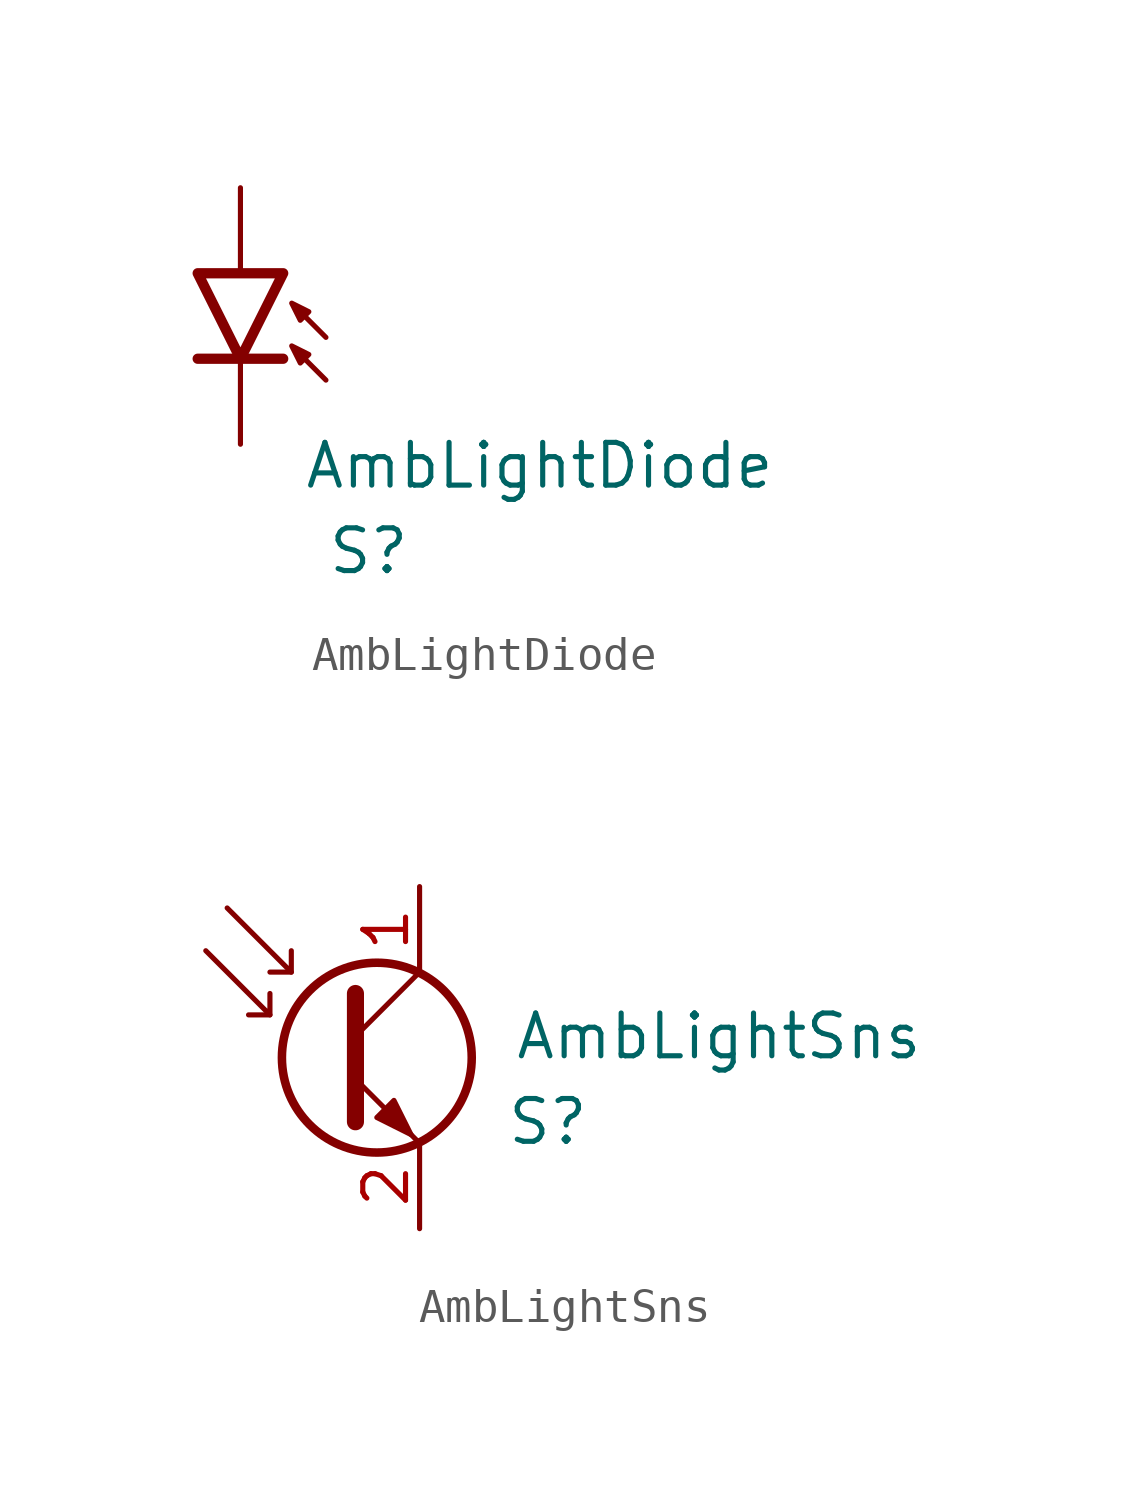
<source format=kicad_sym>
(kicad_symbol_lib
  (version 20220914)
  (generator kicad_symbol_editor)
  (symbol "AmbLightDiode"
    (pin_numbers hide)
    (pin_names hide)
    (property "Reference" "S"
      (at 3.81 -6.985 0)
      (effects (font (size 1.27 1.27))))
    (property "Value" "AmbLightDiode"
      (at 8.89 -4.445 0)
      (effects (font (size 1.27 1.27))))
    (symbol "AmbLightDiode_1_1"
      (polyline (pts (xy 1.27 -1.27) (xy -1.27 -1.27)) (stroke (width 0.305) (type default)) (fill (type none)))
      (polyline (pts (xy 1.27 1.27) (xy -1.27 1.27) (xy 0 -1.27) (xy 1.27 1.27)) (stroke (width 0.305) (type default)) (fill (type none)))
      (polyline (pts (xy 2.54 -1.905) (xy 1.524 -0.889) (xy 1.778 -1.397) (xy 2.032 -1.143) (xy 1.524 -0.889)) (stroke (width 0) (type default)) (fill (type none)))
      (polyline (pts (xy 2.54 -0.635) (xy 1.524 0.381) (xy 1.778 -0.127) (xy 2.032 0.127) (xy 1.524 0.381)) (stroke (width 0) (type default)) (fill (type none)))
      (pin passive line (at 0 3.81 270) (length 2.54) (name "A" (effects (font (size 1.27 1.27)))) (number "1" (effects (font (size 1.27 1.27)))))
      (pin passive line (at 0 -3.81 90) (length 2.54) (name "K" (effects (font (size 1.27 1.27)))) (number "2" (effects (font (size 1.27 1.27)))))))
  (symbol "AmbLightSns"
    (property "Reference" "S"
      (at 3.81 -6.985 0)
      (effects (font (size 1.27 1.27))))
    (property "Value" "AmbLightSns"
      (at 8.89 -4.445 0)
      (effects (font (size 1.27 1.27))))
    (symbol "AmbLightSns_0_1"
      (circle (center -1.27 -5.08) (radius 2.819) (stroke (width 0.254) (type default)) (fill (type none)))
      (polyline (pts (xy -4.445 -3.81) (xy -5.08 -3.81)) (stroke (width 0) (type default)) (fill (type none)))
      (polyline (pts (xy -3.81 -2.54) (xy -4.445 -2.54)) (stroke (width 0) (type default)) (fill (type none)))
      (polyline (pts (xy -1.905 -4.445) (xy 0 -2.54)) (stroke (width 0) (type default)) (fill (type none)))
      (polyline (pts (xy -6.35 -1.905) (xy -4.445 -3.81) (xy -4.445 -3.175)) (stroke (width 0) (type default)) (fill (type none)))
      (polyline (pts (xy -5.715 -0.635) (xy -3.81 -2.54) (xy -3.81 -1.905)) (stroke (width 0) (type default)) (fill (type none)))
      (polyline (pts (xy -1.905 -5.715) (xy 0 -7.62) (xy 0 -7.62)) (stroke (width 0) (type default)) (fill (type none)))
      (polyline (pts (xy -1.905 -3.175) (xy -1.905 -6.985) (xy -1.905 -6.985)) (stroke (width 0.508) (type default)) (fill (type none)))
      (polyline (pts (xy -1.27 -6.858) (xy -0.762 -6.35) (xy -0.254 -7.366) (xy -1.27 -6.858) (xy -1.27 -6.858)) (stroke (width 0) (type default)) (fill (type outline))))
    (symbol "AmbLightSns_1_1"
      (pin passive line (at 0 0 270) (length 2.54) (name "" (effects (font (size 1.27 1.27)))) (number "1" (effects (font (size 1.27 1.27)))))
      (pin passive line (at 0 -10.16 90) (length 2.54) (name "" (effects (font (size 1.27 1.27)))) (number "2" (effects (font (size 1.27 1.27))))))))
</source>
